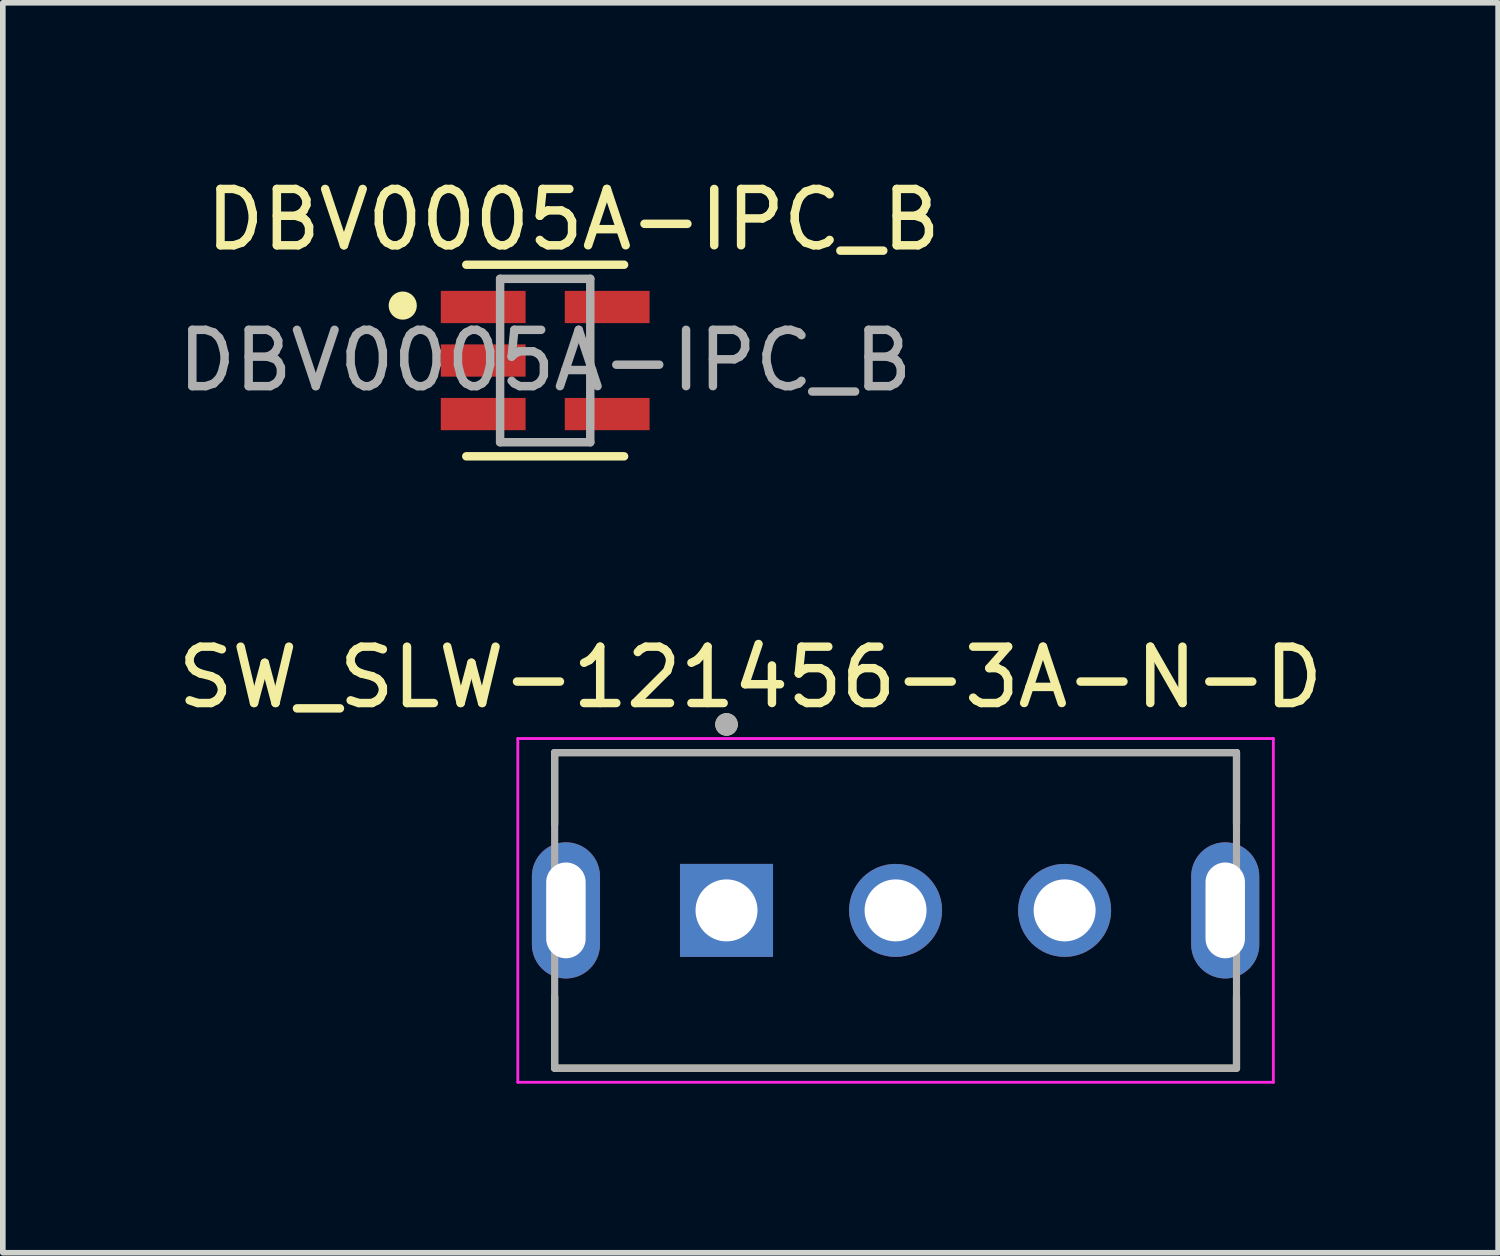
<source format=kicad_pcb>
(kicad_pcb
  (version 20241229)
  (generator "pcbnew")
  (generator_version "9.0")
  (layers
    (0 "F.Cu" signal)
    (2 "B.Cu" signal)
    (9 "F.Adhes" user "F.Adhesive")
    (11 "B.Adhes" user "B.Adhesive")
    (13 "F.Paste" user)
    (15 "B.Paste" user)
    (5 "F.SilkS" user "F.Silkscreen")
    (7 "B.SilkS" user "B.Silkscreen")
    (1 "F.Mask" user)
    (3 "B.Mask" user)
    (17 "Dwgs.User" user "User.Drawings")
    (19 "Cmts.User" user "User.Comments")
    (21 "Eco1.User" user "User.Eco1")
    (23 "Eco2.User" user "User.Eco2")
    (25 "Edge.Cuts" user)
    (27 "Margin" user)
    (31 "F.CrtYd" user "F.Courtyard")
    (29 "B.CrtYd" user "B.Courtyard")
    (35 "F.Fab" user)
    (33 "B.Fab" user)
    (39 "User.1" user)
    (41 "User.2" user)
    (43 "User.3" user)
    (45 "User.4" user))
  (footprint "SW_SLW-121456-3A-N-D"
    (layer "F.Cu")
    (at 12.843 13.106)
    (property "Reference" "SW_SLW-121456-3A-N-D" (at -2.575 -4.135 0) (layer "F.SilkS") (effects (font (size 1 1) (thickness 0.15))))
    (attr through_hole)
    (fp_line (start -6.05 -2.8) (end 6.05 -2.8) (stroke (width 0.127) (type solid)) (layer "F.SilkS"))
    (fp_line (start -6.05 -1.528) (end -6.05 -2.8) (stroke (width 0.127) (type solid)) (layer "F.SilkS"))
    (fp_line (start -6.05 2.8) (end -6.05 1.528) (stroke (width 0.127) (type solid)) (layer "F.SilkS"))
    (fp_line (start 6.05 -2.8) (end 6.05 -1.528) (stroke (width 0.127) (type solid)) (layer "F.SilkS"))
    (fp_line (start 6.05 1.528) (end 6.05 2.8) (stroke (width 0.127) (type solid)) (layer "F.SilkS"))
    (fp_line (start 6.05 2.8) (end -6.05 2.8) (stroke (width 0.127) (type solid)) (layer "F.SilkS"))
    (fp_circle (center -3 -3.3) (end -2.9 -3.3) (stroke (width 0.2) (type solid)) (fill no) (layer "F.SilkS"))
    (fp_line (start -6.704 -3.05) (end 6.704 -3.05) (stroke (width 0.05) (type solid)) (layer "F.CrtYd"))
    (fp_line (start -6.704 3.05) (end -6.704 -3.05) (stroke (width 0.05) (type solid)) (layer "F.CrtYd"))
    (fp_line (start 6.704 -3.05) (end 6.704 3.05) (stroke (width 0.05) (type solid)) (layer "F.CrtYd"))
    (fp_line (start 6.704 3.05) (end -6.704 3.05) (stroke (width 0.05) (type solid)) (layer "F.CrtYd"))
    (fp_line (start -6.05 -2.8) (end 6.05 -2.8) (stroke (width 0.127) (type solid)) (layer "F.Fab"))
    (fp_line (start -6.05 2.8) (end -6.05 -2.8) (stroke (width 0.127) (type solid)) (layer "F.Fab"))
    (fp_line (start 6.05 -2.8) (end 6.05 2.8) (stroke (width 0.127) (type solid)) (layer "F.Fab"))
    (fp_line (start 6.05 2.8) (end -6.05 2.8) (stroke (width 0.127) (type solid)) (layer "F.Fab"))
    (fp_circle (center -3 -3.3) (end -2.9 -3.3) (stroke (width 0.2) (type solid)) (fill no) (layer "F.Fab"))
    (pad "1" thru_hole rect (at -3 0) (size 1.65 1.65) (drill 1.1) (layers "*.Cu" "*.Mask"))
    (pad "2" thru_hole circle (at 0 0) (size 1.65 1.65) (drill 1.1) (layers "*.Cu" "*.Mask"))
    (pad "3" thru_hole circle (at 3 0) (size 1.65 1.65) (drill 1.1) (layers "*.Cu" "*.Mask"))
    (pad "SH1" thru_hole oval (at -5.85 0) (size 1.208 2.416) (drill oval 0.7 1.7) (layers "*.Cu" "*.Mask"))
    (pad "SH2" thru_hole oval (at 5.85 0) (size 1.208 2.416) (drill oval 0.7 1.7) (layers "*.Cu" "*.Mask")))
  (footprint "DBV0005A-IPC_B"
    (layer "F.Cu")
    (at 6.625 3.348)
    (property "Reference" "DBV0005A-IPC_B" (at 0.5 -2.5 0) (unlocked yes) (layer "F.SilkS") (effects (font (size 1 1) (thickness 0.15))))
    (attr smd)
    (fp_line (start -1.4 -1.7) (end 1.4 -1.7) (stroke (width 0.15) (type solid)) (layer "F.SilkS"))
    (fp_line (start -1.4 1.7) (end 1.4 1.7) (stroke (width 0.15) (type solid)) (layer "F.SilkS"))
    (fp_circle (center -2.528 -0.975) (end -2.403 -0.975) (stroke (width 0.25) (type solid)) (fill no) (layer "F.SilkS"))
    (fp_line (start -0.8 -1.45) (end 0.8 -1.45) (stroke (width 0.15) (type solid)) (layer "F.Fab"))
    (fp_line (start -0.8 1.45) (end -0.8 -1.45) (stroke (width 0.15) (type solid)) (layer "F.Fab"))
    (fp_line (start -0.8 1.45) (end 0.8 1.45) (stroke (width 0.15) (type solid)) (layer "F.Fab"))
    (fp_line (start 0.8 1.45) (end 0.8 -1.45) (stroke (width 0.15) (type solid)) (layer "F.Fab"))
    (fp_text user "${REFERENCE}" (at 0 0 0) (unlocked yes) (layer "F.Fab") (effects (font (size 1 1) (thickness 0.15))))
    (pad "1" smd rect (at -1.1 -0.95) (size 1.505 0.572) (layers "F.Cu" "F.Mask" "F.Paste"))
    (pad "2" smd rect (at -1.1 0) (size 1.505 0.572) (layers "F.Cu" "F.Mask" "F.Paste"))
    (pad "3" smd rect (at -1.1 0.95) (size 1.505 0.572) (layers "F.Cu" "F.Mask" "F.Paste"))
    (pad "4" smd rect (at 1.1 0.95) (size 1.505 0.572) (layers "F.Cu" "F.Mask" "F.Paste"))
    (pad "5" smd rect (at 1.1 -0.95) (size 1.505 0.572) (layers "F.Cu" "F.Mask" "F.Paste")))
  (gr_rect
    (start -3 -3)
    (end 23.536 19.181)
    (stroke (width 0.1) (type default))
    (fill no)
    (layer "Edge.Cuts")))
</source>
